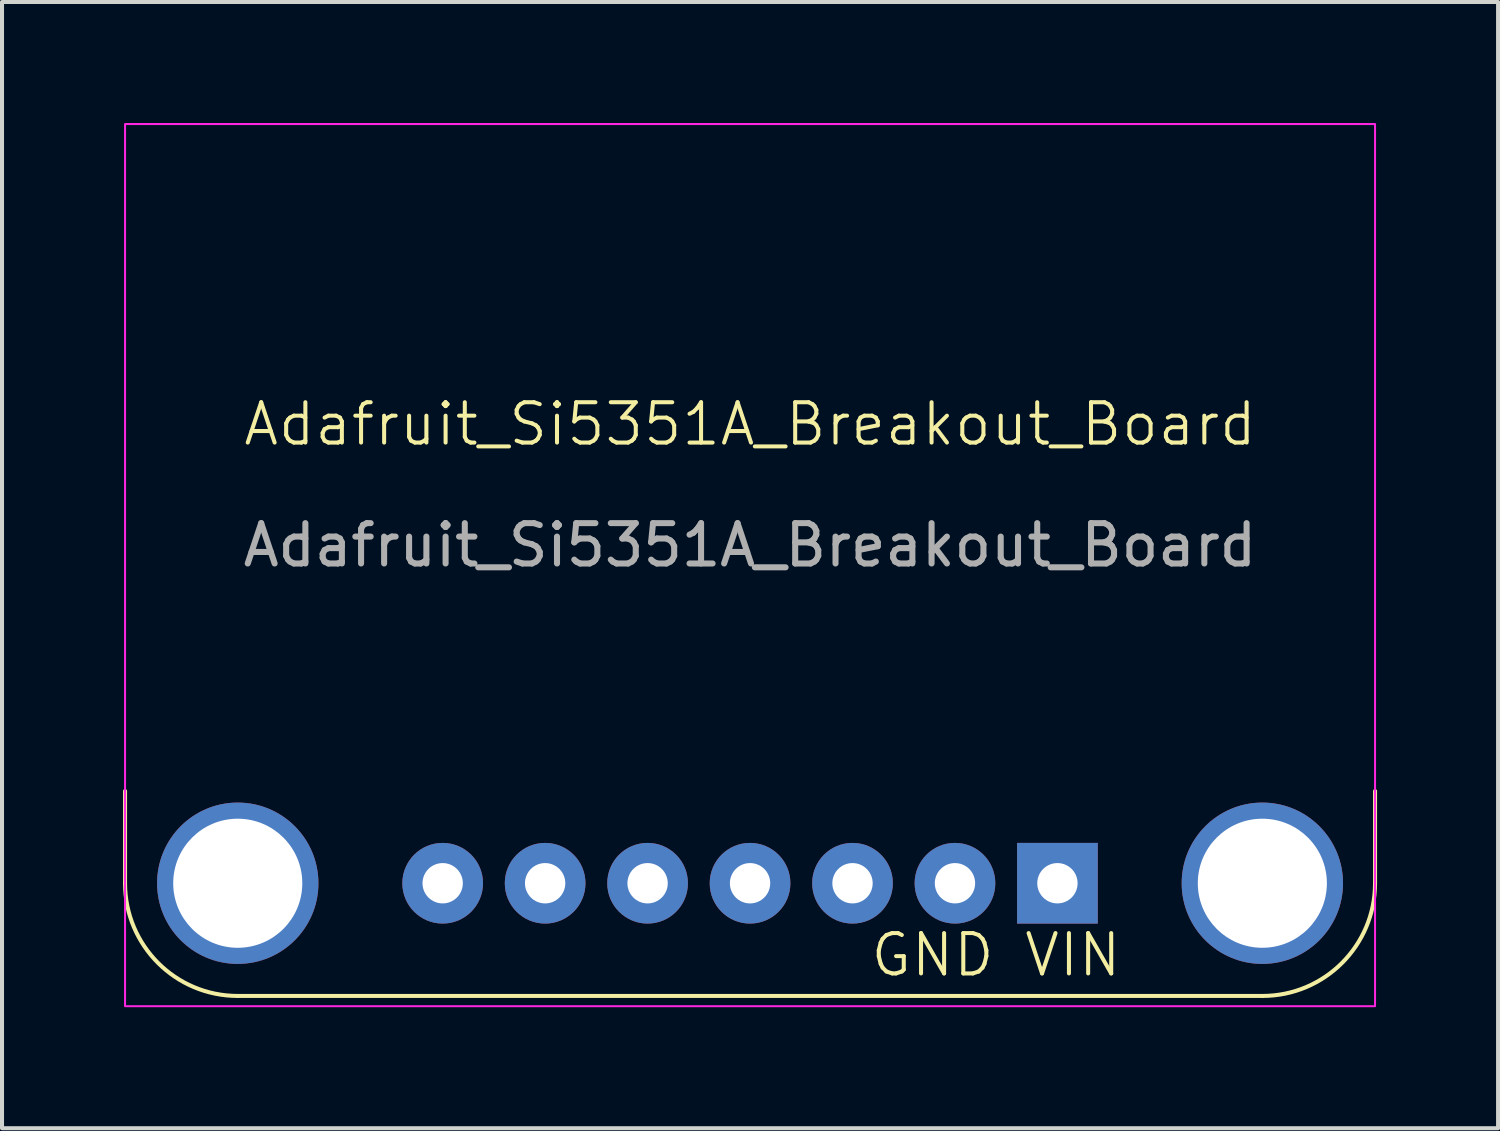
<source format=kicad_pcb>
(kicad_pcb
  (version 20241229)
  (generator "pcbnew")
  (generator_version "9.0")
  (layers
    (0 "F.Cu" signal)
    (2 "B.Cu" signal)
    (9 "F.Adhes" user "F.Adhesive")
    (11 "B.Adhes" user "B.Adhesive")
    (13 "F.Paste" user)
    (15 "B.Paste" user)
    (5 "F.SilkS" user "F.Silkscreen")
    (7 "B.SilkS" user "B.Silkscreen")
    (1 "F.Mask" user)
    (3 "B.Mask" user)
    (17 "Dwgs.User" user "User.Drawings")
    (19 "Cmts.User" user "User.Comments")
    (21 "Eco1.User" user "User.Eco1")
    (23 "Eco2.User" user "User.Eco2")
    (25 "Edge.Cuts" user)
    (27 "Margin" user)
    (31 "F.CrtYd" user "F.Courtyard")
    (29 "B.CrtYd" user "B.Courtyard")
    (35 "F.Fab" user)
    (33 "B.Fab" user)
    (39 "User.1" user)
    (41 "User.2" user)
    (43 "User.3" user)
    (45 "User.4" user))
  (footprint "Adafruit_Si5351A_Breakout_Board"
    (layer "F.Cu")
    (at 15.544 21.64)
    (property "Reference" "Adafruit_Si5351A_Breakout_Board" (at 0 -14.176 0) (unlocked yes) (layer "F.SilkS") (effects (font (size 1 1) (thickness 0.1))))
    (attr through_hole)
    (fp_line (start -15.494 -2.794) (end -15.494 -5.08) (stroke (width 0.1) (type default)) (layer "F.SilkS"))
    (fp_line (start -12.7 0) (end 12.7 0) (stroke (width 0.1) (type default)) (layer "F.SilkS"))
    (fp_line (start 15.494 -2.794) (end 15.494 -5.08) (stroke (width 0.1) (type default)) (layer "F.SilkS"))
    (fp_arc (start -12.7 0) (mid -14.675656 -0.818344) (end -15.494 -2.794) (stroke (width 0.1) (type default)) (layer "F.SilkS"))
    (fp_arc (start 15.494 -2.794) (mid 14.675656 -0.818344) (end 12.7 0) (stroke (width 0.1) (type default)) (layer "F.SilkS"))
    (fp_rect (start -15.494 -21.615) (end 15.494 0.254) (stroke (width 0.05) (type default)) (fill no) (layer "F.CrtYd"))
    (fp_text user "GND VIN" (at 6.096 -1.016 0) (unlocked yes) (layer "F.SilkS") (effects (font (size 1 1) (thickness 0.1))))
    (fp_text user "${REFERENCE}" (at 0 -11.176 0) (unlocked yes) (layer "F.Fab") (effects (font (size 1 1) (thickness 0.15))))
    (pad "" thru_hole circle (at -12.7 -2.794) (size 4 4) (drill 3.2) (layers "*.Cu" "*.Mask"))
    (pad "" thru_hole circle (at 12.7 -2.794) (size 4 4) (drill 3.2) (layers "*.Cu" "*.Mask"))
    (pad "1" thru_hole oval (at -7.62 -2.794) (size 2 2) (drill 1) (layers "*.Cu" "*.Mask"))
    (pad "2" thru_hole circle (at -5.08 -2.794) (size 2 2) (drill 1) (layers "*.Cu" "*.Mask"))
    (pad "3" thru_hole circle (at -2.54 -2.794) (size 2 2) (drill 1) (layers "*.Cu" "*.Mask"))
    (pad "4" thru_hole circle (at 0 -2.794) (size 2 2) (drill 1) (layers "*.Cu" "*.Mask"))
    (pad "5" thru_hole circle (at 2.54 -2.794) (size 2 2) (drill 1) (layers "*.Cu" "*.Mask"))
    (pad "6" thru_hole circle (at 5.08 -2.794) (size 2 2) (drill 1) (layers "*.Cu" "*.Mask"))
    (pad "7" thru_hole rect (at 7.62 -2.794) (size 2 2) (drill 1) (layers "*.Cu" "*.Mask")))
  (gr_rect
    (start -3 -3)
    (end 34.088 24.919)
    (stroke (width 0.1) (type default))
    (fill no)
    (layer "Edge.Cuts")))
</source>
